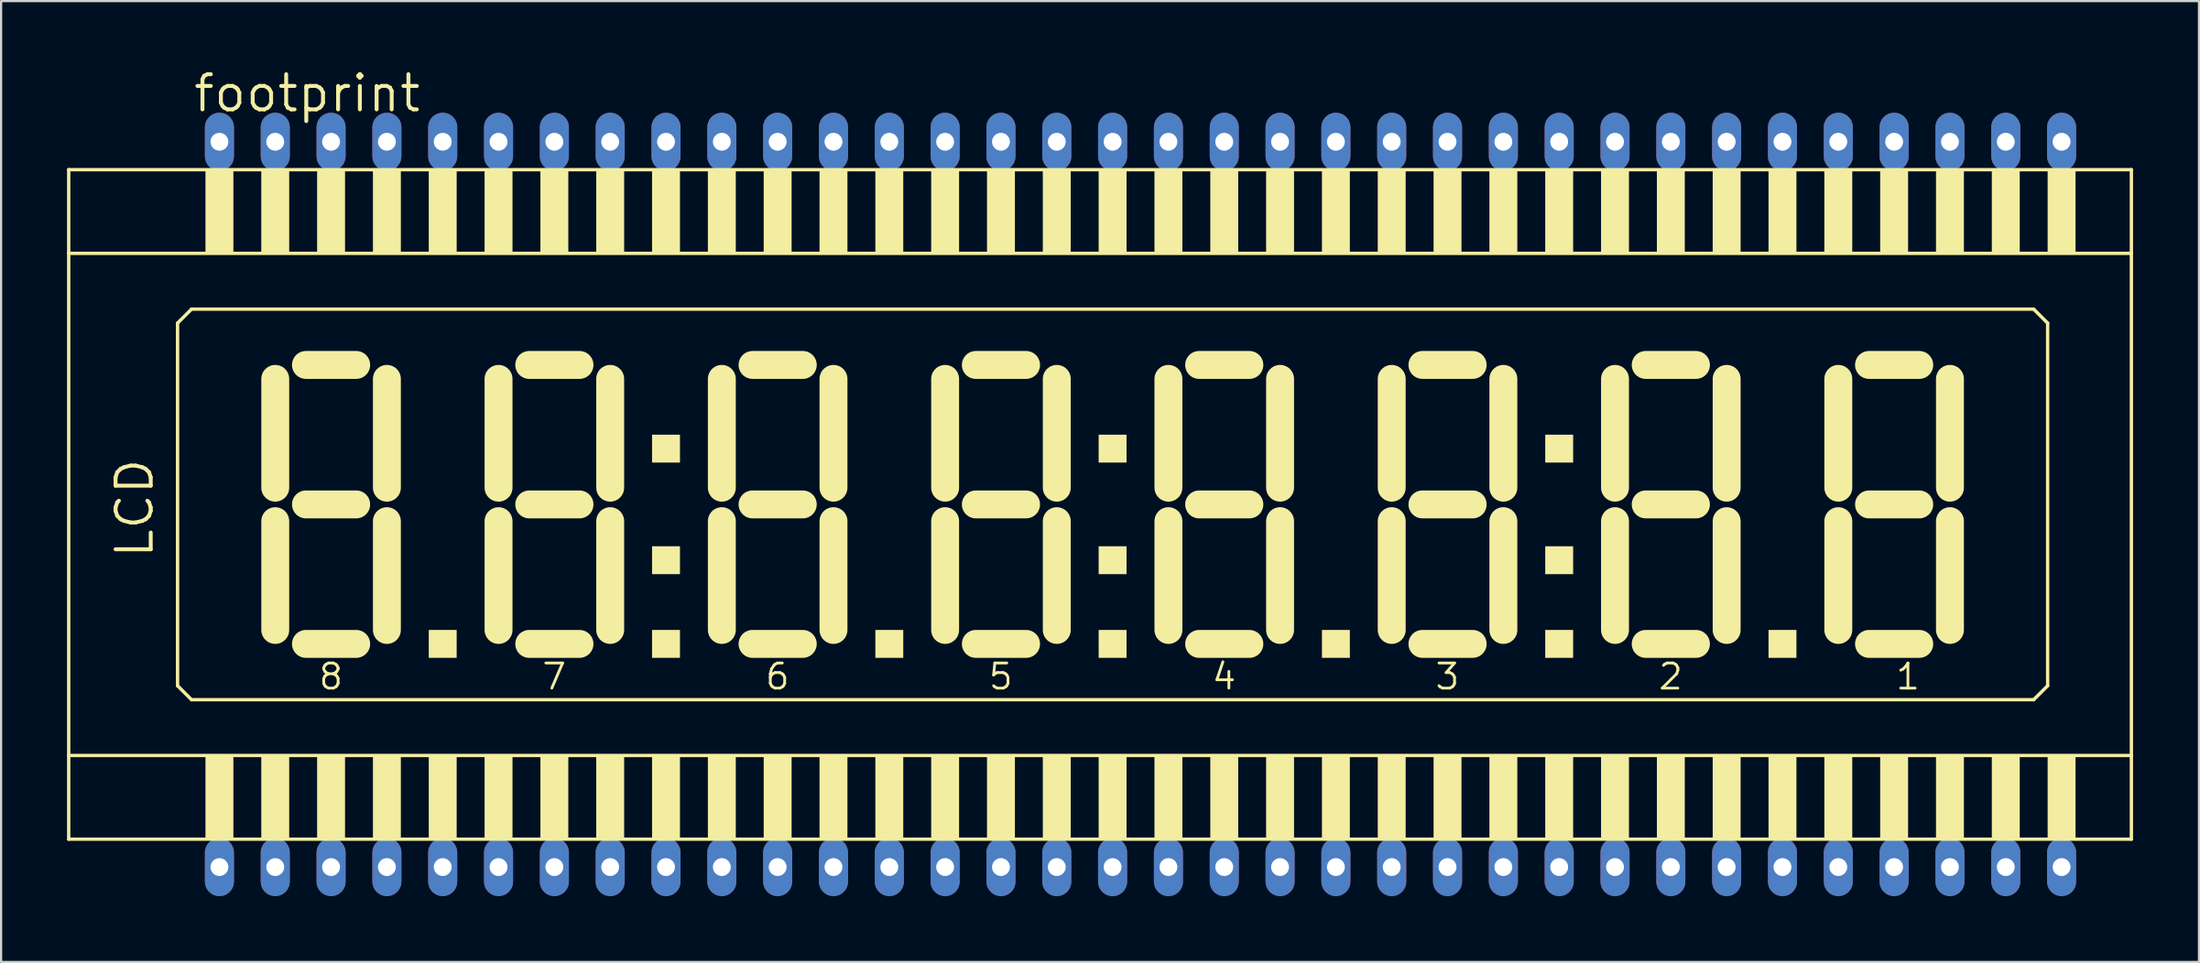
<source format=kicad_pcb>
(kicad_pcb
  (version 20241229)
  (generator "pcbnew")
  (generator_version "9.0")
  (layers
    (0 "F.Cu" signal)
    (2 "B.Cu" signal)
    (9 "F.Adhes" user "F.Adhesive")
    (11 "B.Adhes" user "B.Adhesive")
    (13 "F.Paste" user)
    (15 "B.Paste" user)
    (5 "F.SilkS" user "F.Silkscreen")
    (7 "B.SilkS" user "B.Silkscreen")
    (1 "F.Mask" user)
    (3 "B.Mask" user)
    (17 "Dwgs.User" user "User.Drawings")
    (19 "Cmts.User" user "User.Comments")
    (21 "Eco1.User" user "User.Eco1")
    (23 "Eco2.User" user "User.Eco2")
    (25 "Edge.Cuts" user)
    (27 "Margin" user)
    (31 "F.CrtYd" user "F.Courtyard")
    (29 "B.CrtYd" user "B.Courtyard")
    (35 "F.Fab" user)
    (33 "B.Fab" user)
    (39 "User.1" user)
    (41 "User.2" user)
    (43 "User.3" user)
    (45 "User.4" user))
  (footprint "footprint"
    (layer "F.Cu")
    (at 46.304 19.914)
    (property "Reference" "footprint" (at -40.64 -17.78 0) (layer "F.SilkS") (effects (font (size 1.6 1.6) (thickness 0.178)) (justify left bottom)))
    (fp_line (start -46.228 -15.24) (end -46.228 -11.43) (stroke (width 0.152) (type solid)) (layer "F.SilkS"))
    (fp_line (start -46.228 -11.43) (end -46.228 11.43) (stroke (width 0.152) (type solid)) (layer "F.SilkS"))
    (fp_line (start -46.228 -11.43) (end 47.625 -11.43) (stroke (width 0.152) (type solid)) (layer "F.SilkS"))
    (fp_line (start -46.228 11.43) (end -46.228 15.24) (stroke (width 0.152) (type solid)) (layer "F.SilkS"))
    (fp_line (start -46.228 15.24) (end 47.625 15.24) (stroke (width 0.152) (type solid)) (layer "F.SilkS"))
    (fp_line (start -41.275 -8.255) (end -41.275 8.255) (stroke (width 0.152) (type solid)) (layer "F.SilkS"))
    (fp_line (start -41.275 8.255) (end -40.64 8.89) (stroke (width 0.152) (type solid)) (layer "F.SilkS"))
    (fp_line (start -40.64 -8.89) (end -41.275 -8.255) (stroke (width 0.152) (type solid)) (layer "F.SilkS"))
    (fp_line (start -40.64 8.89) (end 43.18 8.89) (stroke (width 0.152) (type solid)) (layer "F.SilkS"))
    (fp_line (start -36.83 -5.715) (end -36.83 -0.762) (stroke (width 1.27) (type solid)) (layer "F.SilkS"))
    (fp_line (start -36.83 0.762) (end -36.83 5.715) (stroke (width 1.27) (type solid)) (layer "F.SilkS"))
    (fp_line (start -35.433 -6.35) (end -33.147 -6.35) (stroke (width 1.27) (type solid)) (layer "F.SilkS"))
    (fp_line (start -35.433 0) (end -33.147 0) (stroke (width 1.27) (type solid)) (layer "F.SilkS"))
    (fp_line (start -35.433 6.35) (end -33.147 6.35) (stroke (width 1.27) (type solid)) (layer "F.SilkS"))
    (fp_line (start -31.75 -0.762) (end -31.75 -5.715) (stroke (width 1.27) (type solid)) (layer "F.SilkS"))
    (fp_line (start -31.75 5.715) (end -31.75 0.762) (stroke (width 1.27) (type solid)) (layer "F.SilkS"))
    (fp_line (start -26.67 -5.715) (end -26.67 -0.762) (stroke (width 1.27) (type solid)) (layer "F.SilkS"))
    (fp_line (start -26.67 0.762) (end -26.67 5.715) (stroke (width 1.27) (type solid)) (layer "F.SilkS"))
    (fp_line (start -25.273 -6.35) (end -22.987 -6.35) (stroke (width 1.27) (type solid)) (layer "F.SilkS"))
    (fp_line (start -25.273 0) (end -22.987 0) (stroke (width 1.27) (type solid)) (layer "F.SilkS"))
    (fp_line (start -25.273 6.35) (end -22.987 6.35) (stroke (width 1.27) (type solid)) (layer "F.SilkS"))
    (fp_line (start -21.59 -0.762) (end -21.59 -5.715) (stroke (width 1.27) (type solid)) (layer "F.SilkS"))
    (fp_line (start -21.59 5.715) (end -21.59 0.762) (stroke (width 1.27) (type solid)) (layer "F.SilkS"))
    (fp_line (start -16.51 -5.715) (end -16.51 -0.762) (stroke (width 1.27) (type solid)) (layer "F.SilkS"))
    (fp_line (start -16.51 0.762) (end -16.51 5.715) (stroke (width 1.27) (type solid)) (layer "F.SilkS"))
    (fp_line (start -15.113 -6.35) (end -12.827 -6.35) (stroke (width 1.27) (type solid)) (layer "F.SilkS"))
    (fp_line (start -15.113 0) (end -12.827 0) (stroke (width 1.27) (type solid)) (layer "F.SilkS"))
    (fp_line (start -15.113 6.35) (end -12.827 6.35) (stroke (width 1.27) (type solid)) (layer "F.SilkS"))
    (fp_line (start -11.43 -0.762) (end -11.43 -5.715) (stroke (width 1.27) (type solid)) (layer "F.SilkS"))
    (fp_line (start -11.43 5.715) (end -11.43 0.762) (stroke (width 1.27) (type solid)) (layer "F.SilkS"))
    (fp_line (start -6.35 -5.715) (end -6.35 -0.762) (stroke (width 1.27) (type solid)) (layer "F.SilkS"))
    (fp_line (start -6.35 0.762) (end -6.35 5.715) (stroke (width 1.27) (type solid)) (layer "F.SilkS"))
    (fp_line (start -4.953 -6.35) (end -2.667 -6.35) (stroke (width 1.27) (type solid)) (layer "F.SilkS"))
    (fp_line (start -4.953 0) (end -2.667 0) (stroke (width 1.27) (type solid)) (layer "F.SilkS"))
    (fp_line (start -4.953 6.35) (end -2.667 6.35) (stroke (width 1.27) (type solid)) (layer "F.SilkS"))
    (fp_line (start -1.27 -0.762) (end -1.27 -5.715) (stroke (width 1.27) (type solid)) (layer "F.SilkS"))
    (fp_line (start -1.27 5.715) (end -1.27 0.762) (stroke (width 1.27) (type solid)) (layer "F.SilkS"))
    (fp_line (start 3.81 -5.715) (end 3.81 -0.762) (stroke (width 1.27) (type solid)) (layer "F.SilkS"))
    (fp_line (start 3.81 0.762) (end 3.81 5.715) (stroke (width 1.27) (type solid)) (layer "F.SilkS"))
    (fp_line (start 5.207 -6.35) (end 7.493 -6.35) (stroke (width 1.27) (type solid)) (layer "F.SilkS"))
    (fp_line (start 5.207 0) (end 7.493 0) (stroke (width 1.27) (type solid)) (layer "F.SilkS"))
    (fp_line (start 5.207 6.35) (end 7.493 6.35) (stroke (width 1.27) (type solid)) (layer "F.SilkS"))
    (fp_line (start 8.89 -0.762) (end 8.89 -5.715) (stroke (width 1.27) (type solid)) (layer "F.SilkS"))
    (fp_line (start 8.89 5.715) (end 8.89 0.762) (stroke (width 1.27) (type solid)) (layer "F.SilkS"))
    (fp_line (start 13.97 -5.715) (end 13.97 -0.762) (stroke (width 1.27) (type solid)) (layer "F.SilkS"))
    (fp_line (start 13.97 0.762) (end 13.97 5.715) (stroke (width 1.27) (type solid)) (layer "F.SilkS"))
    (fp_line (start 15.367 -6.35) (end 17.653 -6.35) (stroke (width 1.27) (type solid)) (layer "F.SilkS"))
    (fp_line (start 15.367 0) (end 17.653 0) (stroke (width 1.27) (type solid)) (layer "F.SilkS"))
    (fp_line (start 15.367 6.35) (end 17.653 6.35) (stroke (width 1.27) (type solid)) (layer "F.SilkS"))
    (fp_line (start 19.05 -0.762) (end 19.05 -5.715) (stroke (width 1.27) (type solid)) (layer "F.SilkS"))
    (fp_line (start 19.05 5.715) (end 19.05 0.762) (stroke (width 1.27) (type solid)) (layer "F.SilkS"))
    (fp_line (start 24.13 -5.715) (end 24.13 -0.762) (stroke (width 1.27) (type solid)) (layer "F.SilkS"))
    (fp_line (start 24.13 0.762) (end 24.13 5.715) (stroke (width 1.27) (type solid)) (layer "F.SilkS"))
    (fp_line (start 25.527 -6.35) (end 27.813 -6.35) (stroke (width 1.27) (type solid)) (layer "F.SilkS"))
    (fp_line (start 25.527 0) (end 27.813 0) (stroke (width 1.27) (type solid)) (layer "F.SilkS"))
    (fp_line (start 25.527 6.35) (end 27.813 6.35) (stroke (width 1.27) (type solid)) (layer "F.SilkS"))
    (fp_line (start 29.21 -0.762) (end 29.21 -5.715) (stroke (width 1.27) (type solid)) (layer "F.SilkS"))
    (fp_line (start 29.21 5.715) (end 29.21 0.762) (stroke (width 1.27) (type solid)) (layer "F.SilkS"))
    (fp_line (start 34.29 -5.715) (end 34.29 -0.762) (stroke (width 1.27) (type solid)) (layer "F.SilkS"))
    (fp_line (start 34.29 0.762) (end 34.29 5.715) (stroke (width 1.27) (type solid)) (layer "F.SilkS"))
    (fp_line (start 35.687 -6.35) (end 37.973 -6.35) (stroke (width 1.27) (type solid)) (layer "F.SilkS"))
    (fp_line (start 35.687 0) (end 37.973 0) (stroke (width 1.27) (type solid)) (layer "F.SilkS"))
    (fp_line (start 35.687 6.35) (end 37.973 6.35) (stroke (width 1.27) (type solid)) (layer "F.SilkS"))
    (fp_line (start 39.37 -0.762) (end 39.37 -5.715) (stroke (width 1.27) (type solid)) (layer "F.SilkS"))
    (fp_line (start 39.37 5.715) (end 39.37 0.762) (stroke (width 1.27) (type solid)) (layer "F.SilkS"))
    (fp_line (start 43.18 -8.89) (end -40.64 -8.89) (stroke (width 0.152) (type solid)) (layer "F.SilkS"))
    (fp_line (start 43.18 8.89) (end 43.815 8.255) (stroke (width 0.152) (type solid)) (layer "F.SilkS"))
    (fp_line (start 43.815 -8.255) (end 43.18 -8.89) (stroke (width 0.152) (type solid)) (layer "F.SilkS"))
    (fp_line (start 43.815 8.255) (end 43.815 -8.255) (stroke (width 0.152) (type solid)) (layer "F.SilkS"))
    (fp_line (start 47.625 -15.24) (end -46.228 -15.24) (stroke (width 0.152) (type solid)) (layer "F.SilkS"))
    (fp_line (start 47.625 -11.43) (end 47.625 -15.24) (stroke (width 0.152) (type solid)) (layer "F.SilkS"))
    (fp_line (start 47.625 11.43) (end -46.228 11.43) (stroke (width 0.152) (type solid)) (layer "F.SilkS"))
    (fp_line (start 47.625 11.43) (end 47.625 -11.43) (stroke (width 0.152) (type solid)) (layer "F.SilkS"))
    (fp_line (start 47.625 15.24) (end 47.625 11.43) (stroke (width 0.152) (type solid)) (layer "F.SilkS"))
    (fp_poly (pts (xy -40.005 -11.43) (xy -38.735 -11.43) (xy -38.735 -15.24) (xy -40.005 -15.24)) (stroke (width 0) (type solid)) (fill yes) (layer "F.SilkS"))
    (fp_poly (pts (xy -40.005 15.24) (xy -38.735 15.24) (xy -38.735 11.43) (xy -40.005 11.43)) (stroke (width 0) (type solid)) (fill yes) (layer "F.SilkS"))
    (fp_poly (pts (xy -37.465 -11.43) (xy -36.195 -11.43) (xy -36.195 -15.24) (xy -37.465 -15.24)) (stroke (width 0) (type solid)) (fill yes) (layer "F.SilkS"))
    (fp_poly (pts (xy -37.465 15.24) (xy -36.195 15.24) (xy -36.195 11.43) (xy -37.465 11.43)) (stroke (width 0) (type solid)) (fill yes) (layer "F.SilkS"))
    (fp_poly (pts (xy -34.925 -11.43) (xy -33.655 -11.43) (xy -33.655 -15.24) (xy -34.925 -15.24)) (stroke (width 0) (type solid)) (fill yes) (layer "F.SilkS"))
    (fp_poly (pts (xy -34.925 15.24) (xy -33.655 15.24) (xy -33.655 11.43) (xy -34.925 11.43)) (stroke (width 0) (type solid)) (fill yes) (layer "F.SilkS"))
    (fp_poly (pts (xy -32.385 -11.43) (xy -31.115 -11.43) (xy -31.115 -15.24) (xy -32.385 -15.24)) (stroke (width 0) (type solid)) (fill yes) (layer "F.SilkS"))
    (fp_poly (pts (xy -32.385 15.24) (xy -31.115 15.24) (xy -31.115 11.43) (xy -32.385 11.43)) (stroke (width 0) (type solid)) (fill yes) (layer "F.SilkS"))
    (fp_poly (pts (xy -29.845 -11.43) (xy -28.575 -11.43) (xy -28.575 -15.24) (xy -29.845 -15.24)) (stroke (width 0) (type solid)) (fill yes) (layer "F.SilkS"))
    (fp_poly (pts (xy -29.845 6.985) (xy -28.575 6.985) (xy -28.575 5.715) (xy -29.845 5.715)) (stroke (width 0) (type solid)) (fill yes) (layer "F.SilkS"))
    (fp_poly (pts (xy -29.845 15.24) (xy -28.575 15.24) (xy -28.575 11.43) (xy -29.845 11.43)) (stroke (width 0) (type solid)) (fill yes) (layer "F.SilkS"))
    (fp_poly (pts (xy -27.305 -11.43) (xy -26.035 -11.43) (xy -26.035 -15.24) (xy -27.305 -15.24)) (stroke (width 0) (type solid)) (fill yes) (layer "F.SilkS"))
    (fp_poly (pts (xy -27.305 15.24) (xy -26.035 15.24) (xy -26.035 11.43) (xy -27.305 11.43)) (stroke (width 0) (type solid)) (fill yes) (layer "F.SilkS"))
    (fp_poly (pts (xy -24.765 -11.43) (xy -23.495 -11.43) (xy -23.495 -15.24) (xy -24.765 -15.24)) (stroke (width 0) (type solid)) (fill yes) (layer "F.SilkS"))
    (fp_poly (pts (xy -24.765 15.24) (xy -23.495 15.24) (xy -23.495 11.43) (xy -24.765 11.43)) (stroke (width 0) (type solid)) (fill yes) (layer "F.SilkS"))
    (fp_poly (pts (xy -22.225 -11.43) (xy -20.955 -11.43) (xy -20.955 -15.24) (xy -22.225 -15.24)) (stroke (width 0) (type solid)) (fill yes) (layer "F.SilkS"))
    (fp_poly (pts (xy -22.225 15.24) (xy -20.955 15.24) (xy -20.955 11.43) (xy -22.225 11.43)) (stroke (width 0) (type solid)) (fill yes) (layer "F.SilkS"))
    (fp_poly (pts (xy -19.685 -11.43) (xy -18.415 -11.43) (xy -18.415 -15.24) (xy -19.685 -15.24)) (stroke (width 0) (type solid)) (fill yes) (layer "F.SilkS"))
    (fp_poly (pts (xy -19.685 -1.905) (xy -18.415 -1.905) (xy -18.415 -3.175) (xy -19.685 -3.175)) (stroke (width 0) (type solid)) (fill yes) (layer "F.SilkS"))
    (fp_poly (pts (xy -19.685 3.175) (xy -18.415 3.175) (xy -18.415 1.905) (xy -19.685 1.905)) (stroke (width 0) (type solid)) (fill yes) (layer "F.SilkS"))
    (fp_poly (pts (xy -19.685 6.985) (xy -18.415 6.985) (xy -18.415 5.715) (xy -19.685 5.715)) (stroke (width 0) (type solid)) (fill yes) (layer "F.SilkS"))
    (fp_poly (pts (xy -19.685 15.24) (xy -18.415 15.24) (xy -18.415 11.43) (xy -19.685 11.43)) (stroke (width 0) (type solid)) (fill yes) (layer "F.SilkS"))
    (fp_poly (pts (xy -17.145 -11.43) (xy -15.875 -11.43) (xy -15.875 -15.24) (xy -17.145 -15.24)) (stroke (width 0) (type solid)) (fill yes) (layer "F.SilkS"))
    (fp_poly (pts (xy -17.145 15.24) (xy -15.875 15.24) (xy -15.875 11.43) (xy -17.145 11.43)) (stroke (width 0) (type solid)) (fill yes) (layer "F.SilkS"))
    (fp_poly (pts (xy -14.605 -11.43) (xy -13.335 -11.43) (xy -13.335 -15.24) (xy -14.605 -15.24)) (stroke (width 0) (type solid)) (fill yes) (layer "F.SilkS"))
    (fp_poly (pts (xy -14.605 15.24) (xy -13.335 15.24) (xy -13.335 11.43) (xy -14.605 11.43)) (stroke (width 0) (type solid)) (fill yes) (layer "F.SilkS"))
    (fp_poly (pts (xy -12.065 -11.43) (xy -10.795 -11.43) (xy -10.795 -15.24) (xy -12.065 -15.24)) (stroke (width 0) (type solid)) (fill yes) (layer "F.SilkS"))
    (fp_poly (pts (xy -12.065 15.24) (xy -10.795 15.24) (xy -10.795 11.43) (xy -12.065 11.43)) (stroke (width 0) (type solid)) (fill yes) (layer "F.SilkS"))
    (fp_poly (pts (xy -9.525 -11.43) (xy -8.255 -11.43) (xy -8.255 -15.24) (xy -9.525 -15.24)) (stroke (width 0) (type solid)) (fill yes) (layer "F.SilkS"))
    (fp_poly (pts (xy -9.525 6.985) (xy -8.255 6.985) (xy -8.255 5.715) (xy -9.525 5.715)) (stroke (width 0) (type solid)) (fill yes) (layer "F.SilkS"))
    (fp_poly (pts (xy -9.525 15.24) (xy -8.255 15.24) (xy -8.255 11.43) (xy -9.525 11.43)) (stroke (width 0) (type solid)) (fill yes) (layer "F.SilkS"))
    (fp_poly (pts (xy -6.985 -11.43) (xy -5.715 -11.43) (xy -5.715 -15.24) (xy -6.985 -15.24)) (stroke (width 0) (type solid)) (fill yes) (layer "F.SilkS"))
    (fp_poly (pts (xy -6.985 15.24) (xy -5.715 15.24) (xy -5.715 11.43) (xy -6.985 11.43)) (stroke (width 0) (type solid)) (fill yes) (layer "F.SilkS"))
    (fp_poly (pts (xy -4.445 -11.43) (xy -3.175 -11.43) (xy -3.175 -15.24) (xy -4.445 -15.24)) (stroke (width 0) (type solid)) (fill yes) (layer "F.SilkS"))
    (fp_poly (pts (xy -4.445 15.24) (xy -3.175 15.24) (xy -3.175 11.43) (xy -4.445 11.43)) (stroke (width 0) (type solid)) (fill yes) (layer "F.SilkS"))
    (fp_poly (pts (xy -1.905 -11.43) (xy -0.635 -11.43) (xy -0.635 -15.24) (xy -1.905 -15.24)) (stroke (width 0) (type solid)) (fill yes) (layer "F.SilkS"))
    (fp_poly (pts (xy -1.905 15.24) (xy -0.635 15.24) (xy -0.635 11.43) (xy -1.905 11.43)) (stroke (width 0) (type solid)) (fill yes) (layer "F.SilkS"))
    (fp_poly (pts (xy 0.635 -11.43) (xy 1.905 -11.43) (xy 1.905 -15.24) (xy 0.635 -15.24)) (stroke (width 0) (type solid)) (fill yes) (layer "F.SilkS"))
    (fp_poly (pts (xy 0.635 -1.905) (xy 1.905 -1.905) (xy 1.905 -3.175) (xy 0.635 -3.175)) (stroke (width 0) (type solid)) (fill yes) (layer "F.SilkS"))
    (fp_poly (pts (xy 0.635 3.175) (xy 1.905 3.175) (xy 1.905 1.905) (xy 0.635 1.905)) (stroke (width 0) (type solid)) (fill yes) (layer "F.SilkS"))
    (fp_poly (pts (xy 0.635 6.985) (xy 1.905 6.985) (xy 1.905 5.715) (xy 0.635 5.715)) (stroke (width 0) (type solid)) (fill yes) (layer "F.SilkS"))
    (fp_poly (pts (xy 0.635 15.24) (xy 1.905 15.24) (xy 1.905 11.43) (xy 0.635 11.43)) (stroke (width 0) (type solid)) (fill yes) (layer "F.SilkS"))
    (fp_poly (pts (xy 3.175 -11.43) (xy 4.445 -11.43) (xy 4.445 -15.24) (xy 3.175 -15.24)) (stroke (width 0) (type solid)) (fill yes) (layer "F.SilkS"))
    (fp_poly (pts (xy 3.175 15.24) (xy 4.445 15.24) (xy 4.445 11.43) (xy 3.175 11.43)) (stroke (width 0) (type solid)) (fill yes) (layer "F.SilkS"))
    (fp_poly (pts (xy 5.715 -11.43) (xy 6.985 -11.43) (xy 6.985 -15.24) (xy 5.715 -15.24)) (stroke (width 0) (type solid)) (fill yes) (layer "F.SilkS"))
    (fp_poly (pts (xy 5.715 15.24) (xy 6.985 15.24) (xy 6.985 11.43) (xy 5.715 11.43)) (stroke (width 0) (type solid)) (fill yes) (layer "F.SilkS"))
    (fp_poly (pts (xy 8.255 -11.43) (xy 9.525 -11.43) (xy 9.525 -15.24) (xy 8.255 -15.24)) (stroke (width 0) (type solid)) (fill yes) (layer "F.SilkS"))
    (fp_poly (pts (xy 8.255 15.24) (xy 9.525 15.24) (xy 9.525 11.43) (xy 8.255 11.43)) (stroke (width 0) (type solid)) (fill yes) (layer "F.SilkS"))
    (fp_poly (pts (xy 10.795 -11.43) (xy 12.065 -11.43) (xy 12.065 -15.24) (xy 10.795 -15.24)) (stroke (width 0) (type solid)) (fill yes) (layer "F.SilkS"))
    (fp_poly (pts (xy 10.795 6.985) (xy 12.065 6.985) (xy 12.065 5.715) (xy 10.795 5.715)) (stroke (width 0) (type solid)) (fill yes) (layer "F.SilkS"))
    (fp_poly (pts (xy 10.795 15.24) (xy 12.065 15.24) (xy 12.065 11.43) (xy 10.795 11.43)) (stroke (width 0) (type solid)) (fill yes) (layer "F.SilkS"))
    (fp_poly (pts (xy 13.335 -11.43) (xy 14.605 -11.43) (xy 14.605 -15.24) (xy 13.335 -15.24)) (stroke (width 0) (type solid)) (fill yes) (layer "F.SilkS"))
    (fp_poly (pts (xy 13.335 15.24) (xy 14.605 15.24) (xy 14.605 11.43) (xy 13.335 11.43)) (stroke (width 0) (type solid)) (fill yes) (layer "F.SilkS"))
    (fp_poly (pts (xy 15.875 -11.43) (xy 17.145 -11.43) (xy 17.145 -15.24) (xy 15.875 -15.24)) (stroke (width 0) (type solid)) (fill yes) (layer "F.SilkS"))
    (fp_poly (pts (xy 15.875 15.24) (xy 17.145 15.24) (xy 17.145 11.43) (xy 15.875 11.43)) (stroke (width 0) (type solid)) (fill yes) (layer "F.SilkS"))
    (fp_poly (pts (xy 18.415 -11.43) (xy 19.685 -11.43) (xy 19.685 -15.24) (xy 18.415 -15.24)) (stroke (width 0) (type solid)) (fill yes) (layer "F.SilkS"))
    (fp_poly (pts (xy 18.415 15.24) (xy 19.685 15.24) (xy 19.685 11.43) (xy 18.415 11.43)) (stroke (width 0) (type solid)) (fill yes) (layer "F.SilkS"))
    (fp_poly (pts (xy 20.955 -11.43) (xy 22.225 -11.43) (xy 22.225 -15.24) (xy 20.955 -15.24)) (stroke (width 0) (type solid)) (fill yes) (layer "F.SilkS"))
    (fp_poly (pts (xy 20.955 -1.905) (xy 22.225 -1.905) (xy 22.225 -3.175) (xy 20.955 -3.175)) (stroke (width 0) (type solid)) (fill yes) (layer "F.SilkS"))
    (fp_poly (pts (xy 20.955 3.175) (xy 22.225 3.175) (xy 22.225 1.905) (xy 20.955 1.905)) (stroke (width 0) (type solid)) (fill yes) (layer "F.SilkS"))
    (fp_poly (pts (xy 20.955 6.985) (xy 22.225 6.985) (xy 22.225 5.715) (xy 20.955 5.715)) (stroke (width 0) (type solid)) (fill yes) (layer "F.SilkS"))
    (fp_poly (pts (xy 20.955 15.24) (xy 22.225 15.24) (xy 22.225 11.43) (xy 20.955 11.43)) (stroke (width 0) (type solid)) (fill yes) (layer "F.SilkS"))
    (fp_poly (pts (xy 23.495 -11.43) (xy 24.765 -11.43) (xy 24.765 -15.24) (xy 23.495 -15.24)) (stroke (width 0) (type solid)) (fill yes) (layer "F.SilkS"))
    (fp_poly (pts (xy 23.495 15.24) (xy 24.765 15.24) (xy 24.765 11.43) (xy 23.495 11.43)) (stroke (width 0) (type solid)) (fill yes) (layer "F.SilkS"))
    (fp_poly (pts (xy 26.035 -11.43) (xy 27.305 -11.43) (xy 27.305 -15.24) (xy 26.035 -15.24)) (stroke (width 0) (type solid)) (fill yes) (layer "F.SilkS"))
    (fp_poly (pts (xy 26.035 15.24) (xy 27.305 15.24) (xy 27.305 11.43) (xy 26.035 11.43)) (stroke (width 0) (type solid)) (fill yes) (layer "F.SilkS"))
    (fp_poly (pts (xy 28.575 -11.43) (xy 29.845 -11.43) (xy 29.845 -15.24) (xy 28.575 -15.24)) (stroke (width 0) (type solid)) (fill yes) (layer "F.SilkS"))
    (fp_poly (pts (xy 28.575 15.24) (xy 29.845 15.24) (xy 29.845 11.43) (xy 28.575 11.43)) (stroke (width 0) (type solid)) (fill yes) (layer "F.SilkS"))
    (fp_poly (pts (xy 31.115 -11.43) (xy 32.385 -11.43) (xy 32.385 -15.24) (xy 31.115 -15.24)) (stroke (width 0) (type solid)) (fill yes) (layer "F.SilkS"))
    (fp_poly (pts (xy 31.115 6.985) (xy 32.385 6.985) (xy 32.385 5.715) (xy 31.115 5.715)) (stroke (width 0) (type solid)) (fill yes) (layer "F.SilkS"))
    (fp_poly (pts (xy 31.115 15.24) (xy 32.385 15.24) (xy 32.385 11.43) (xy 31.115 11.43)) (stroke (width 0) (type solid)) (fill yes) (layer "F.SilkS"))
    (fp_poly (pts (xy 33.655 -11.43) (xy 34.925 -11.43) (xy 34.925 -15.24) (xy 33.655 -15.24)) (stroke (width 0) (type solid)) (fill yes) (layer "F.SilkS"))
    (fp_poly (pts (xy 33.655 15.24) (xy 34.925 15.24) (xy 34.925 11.43) (xy 33.655 11.43)) (stroke (width 0) (type solid)) (fill yes) (layer "F.SilkS"))
    (fp_poly (pts (xy 36.195 -11.43) (xy 37.465 -11.43) (xy 37.465 -15.24) (xy 36.195 -15.24)) (stroke (width 0) (type solid)) (fill yes) (layer "F.SilkS"))
    (fp_poly (pts (xy 36.195 15.24) (xy 37.465 15.24) (xy 37.465 11.43) (xy 36.195 11.43)) (stroke (width 0) (type solid)) (fill yes) (layer "F.SilkS"))
    (fp_poly (pts (xy 38.735 -11.43) (xy 40.005 -11.43) (xy 40.005 -15.24) (xy 38.735 -15.24)) (stroke (width 0) (type solid)) (fill yes) (layer "F.SilkS"))
    (fp_poly (pts (xy 38.735 15.24) (xy 40.005 15.24) (xy 40.005 11.43) (xy 38.735 11.43)) (stroke (width 0) (type solid)) (fill yes) (layer "F.SilkS"))
    (fp_poly (pts (xy 41.275 -11.43) (xy 42.545 -11.43) (xy 42.545 -15.24) (xy 41.275 -15.24)) (stroke (width 0) (type solid)) (fill yes) (layer "F.SilkS"))
    (fp_poly (pts (xy 41.275 15.24) (xy 42.545 15.24) (xy 42.545 11.43) (xy 41.275 11.43)) (stroke (width 0) (type solid)) (fill yes) (layer "F.SilkS"))
    (fp_poly (pts (xy 43.815 -11.43) (xy 45.085 -11.43) (xy 45.085 -15.24) (xy 43.815 -15.24)) (stroke (width 0) (type solid)) (fill yes) (layer "F.SilkS"))
    (fp_poly (pts (xy 43.815 15.24) (xy 45.085 15.24) (xy 45.085 11.43) (xy 43.815 11.43)) (stroke (width 0) (type solid)) (fill yes) (layer "F.SilkS"))
    (fp_text user "LCD" (at -42.291 2.54 90) (layer "F.SilkS") (effects (font (size 1.6 1.6) (thickness 0.178)) (justify left bottom)))
    (fp_text user "5" (at -4.445 8.509 0) (layer "F.SilkS") (effects (font (size 1.143 1.143) (thickness 0.127)) (justify left bottom)))
    (fp_text user "1 " (at 36.83 8.509 0) (layer "F.SilkS") (effects (font (size 1.143 1.143) (thickness 0.127)) (justify left bottom)))
    (fp_text user "7" (at -24.765 8.509 0) (layer "F.SilkS") (effects (font (size 1.143 1.143) (thickness 0.127)) (justify left bottom)))
    (fp_text user "6" (at -14.605 8.509 0) (layer "F.SilkS") (effects (font (size 1.143 1.143) (thickness 0.127)) (justify left bottom)))
    (fp_text user "8" (at -34.925 8.509 0) (layer "F.SilkS") (effects (font (size 1.143 1.143) (thickness 0.127)) (justify left bottom)))
    (fp_text user "3" (at 15.875 8.509 0) (layer "F.SilkS") (effects (font (size 1.143 1.143) (thickness 0.127)) (justify left bottom)))
    (fp_text user "4" (at 5.715 8.509 0) (layer "F.SilkS") (effects (font (size 1.143 1.143) (thickness 0.127)) (justify left bottom)))
    (fp_text user "2" (at 26.035 8.509 0) (layer "F.SilkS") (effects (font (size 1.143 1.143) (thickness 0.127)) (justify left bottom)))
    (pad "1" thru_hole oval (at -39.37 16.51 90) (size 2.642 1.321) (drill 0.813) (layers "*.Cu" "*.Mask"))
    (pad "2" thru_hole oval (at -36.83 16.51 90) (size 2.642 1.321) (drill 0.813) (layers "*.Cu" "*.Mask"))
    (pad "3" thru_hole oval (at -34.29 16.51 90) (size 2.642 1.321) (drill 0.813) (layers "*.Cu" "*.Mask"))
    (pad "4" thru_hole oval (at -31.75 16.51 90) (size 2.642 1.321) (drill 0.813) (layers "*.Cu" "*.Mask"))
    (pad "5" thru_hole oval (at -29.21 16.51 90) (size 2.642 1.321) (drill 0.813) (layers "*.Cu" "*.Mask"))
    (pad "6" thru_hole oval (at -26.67 16.51 90) (size 2.642 1.321) (drill 0.813) (layers "*.Cu" "*.Mask"))
    (pad "7" thru_hole oval (at -24.13 16.51 90) (size 2.642 1.321) (drill 0.813) (layers "*.Cu" "*.Mask"))
    (pad "8" thru_hole oval (at -21.59 16.51 90) (size 2.642 1.321) (drill 0.813) (layers "*.Cu" "*.Mask"))
    (pad "9" thru_hole oval (at -19.05 16.51 90) (size 2.642 1.321) (drill 0.813) (layers "*.Cu" "*.Mask"))
    (pad "10" thru_hole oval (at -16.51 16.51 90) (size 2.642 1.321) (drill 0.813) (layers "*.Cu" "*.Mask"))
    (pad "11" thru_hole oval (at -13.97 16.51 90) (size 2.642 1.321) (drill 0.813) (layers "*.Cu" "*.Mask"))
    (pad "12" thru_hole oval (at -11.43 16.51 90) (size 2.642 1.321) (drill 0.813) (layers "*.Cu" "*.Mask"))
    (pad "13" thru_hole oval (at -8.89 16.51 90) (size 2.642 1.321) (drill 0.813) (layers "*.Cu" "*.Mask"))
    (pad "14" thru_hole oval (at -6.35 16.51 90) (size 2.642 1.321) (drill 0.813) (layers "*.Cu" "*.Mask"))
    (pad "15" thru_hole oval (at -3.81 16.51 90) (size 2.642 1.321) (drill 0.813) (layers "*.Cu" "*.Mask"))
    (pad "16" thru_hole oval (at -1.27 16.51 90) (size 2.642 1.321) (drill 0.813) (layers "*.Cu" "*.Mask"))
    (pad "17" thru_hole oval (at 1.27 16.51 90) (size 2.642 1.321) (drill 0.813) (layers "*.Cu" "*.Mask"))
    (pad "18" thru_hole oval (at 3.81 16.51 90) (size 2.642 1.321) (drill 0.813) (layers "*.Cu" "*.Mask"))
    (pad "19" thru_hole oval (at 6.35 16.51 90) (size 2.642 1.321) (drill 0.813) (layers "*.Cu" "*.Mask"))
    (pad "20" thru_hole oval (at 8.89 16.51 90) (size 2.642 1.321) (drill 0.813) (layers "*.Cu" "*.Mask"))
    (pad "21" thru_hole oval (at 11.43 16.51 90) (size 2.642 1.321) (drill 0.813) (layers "*.Cu" "*.Mask"))
    (pad "22" thru_hole oval (at 13.97 16.51 90) (size 2.642 1.321) (drill 0.813) (layers "*.Cu" "*.Mask"))
    (pad "23" thru_hole oval (at 16.51 16.51 90) (size 2.642 1.321) (drill 0.813) (layers "*.Cu" "*.Mask"))
    (pad "24" thru_hole oval (at 19.05 16.51 90) (size 2.642 1.321) (drill 0.813) (layers "*.Cu" "*.Mask"))
    (pad "25" thru_hole oval (at 21.59 16.51 90) (size 2.642 1.321) (drill 0.813) (layers "*.Cu" "*.Mask"))
    (pad "26" thru_hole oval (at 24.13 16.51 90) (size 2.642 1.321) (drill 0.813) (layers "*.Cu" "*.Mask"))
    (pad "27" thru_hole oval (at 26.67 16.51 90) (size 2.642 1.321) (drill 0.813) (layers "*.Cu" "*.Mask"))
    (pad "28" thru_hole oval (at 29.21 16.51 90) (size 2.642 1.321) (drill 0.813) (layers "*.Cu" "*.Mask"))
    (pad "29" thru_hole oval (at 31.75 16.51 90) (size 2.642 1.321) (drill 0.813) (layers "*.Cu" "*.Mask"))
    (pad "30" thru_hole oval (at 34.29 16.51 90) (size 2.642 1.321) (drill 0.813) (layers "*.Cu" "*.Mask"))
    (pad "31" thru_hole oval (at 36.83 16.51 90) (size 2.642 1.321) (drill 0.813) (layers "*.Cu" "*.Mask"))
    (pad "32" thru_hole oval (at 39.37 16.51 90) (size 2.642 1.321) (drill 0.813) (layers "*.Cu" "*.Mask"))
    (pad "33" thru_hole oval (at 41.91 16.51 90) (size 2.642 1.321) (drill 0.813) (layers "*.Cu" "*.Mask"))
    (pad "34" thru_hole oval (at 44.45 16.51 90) (size 2.642 1.321) (drill 0.813) (layers "*.Cu" "*.Mask"))
    (pad "35" thru_hole oval (at 44.45 -16.51 90) (size 2.642 1.321) (drill 0.813) (layers "*.Cu" "*.Mask"))
    (pad "36" thru_hole oval (at 41.91 -16.51 90) (size 2.642 1.321) (drill 0.813) (layers "*.Cu" "*.Mask"))
    (pad "37" thru_hole oval (at 39.37 -16.51 90) (size 2.642 1.321) (drill 0.813) (layers "*.Cu" "*.Mask"))
    (pad "38" thru_hole oval (at 36.83 -16.51 90) (size 2.642 1.321) (drill 0.813) (layers "*.Cu" "*.Mask"))
    (pad "39" thru_hole oval (at 34.29 -16.51 90) (size 2.642 1.321) (drill 0.813) (layers "*.Cu" "*.Mask"))
    (pad "40" thru_hole oval (at 31.75 -16.51 90) (size 2.642 1.321) (drill 0.813) (layers "*.Cu" "*.Mask"))
    (pad "41" thru_hole oval (at 29.21 -16.51 90) (size 2.642 1.321) (drill 0.813) (layers "*.Cu" "*.Mask"))
    (pad "42" thru_hole oval (at 26.67 -16.51 90) (size 2.642 1.321) (drill 0.813) (layers "*.Cu" "*.Mask"))
    (pad "43" thru_hole oval (at 24.13 -16.51 90) (size 2.642 1.321) (drill 0.813) (layers "*.Cu" "*.Mask"))
    (pad "44" thru_hole oval (at 21.59 -16.51 90) (size 2.642 1.321) (drill 0.813) (layers "*.Cu" "*.Mask"))
    (pad "45" thru_hole oval (at 19.05 -16.51 90) (size 2.642 1.321) (drill 0.813) (layers "*.Cu" "*.Mask"))
    (pad "46" thru_hole oval (at 16.51 -16.51 90) (size 2.642 1.321) (drill 0.813) (layers "*.Cu" "*.Mask"))
    (pad "47" thru_hole oval (at 13.97 -16.51 90) (size 2.642 1.321) (drill 0.813) (layers "*.Cu" "*.Mask"))
    (pad "48" thru_hole oval (at 11.43 -16.51 90) (size 2.642 1.321) (drill 0.813) (layers "*.Cu" "*.Mask"))
    (pad "49" thru_hole oval (at 8.89 -16.51 90) (size 2.642 1.321) (drill 0.813) (layers "*.Cu" "*.Mask"))
    (pad "50" thru_hole oval (at 6.35 -16.51 90) (size 2.642 1.321) (drill 0.813) (layers "*.Cu" "*.Mask"))
    (pad "51" thru_hole oval (at 3.81 -16.51 90) (size 2.642 1.321) (drill 0.813) (layers "*.Cu" "*.Mask"))
    (pad "52" thru_hole oval (at 1.27 -16.51 90) (size 2.642 1.321) (drill 0.813) (layers "*.Cu" "*.Mask"))
    (pad "53" thru_hole oval (at -1.27 -16.51 90) (size 2.642 1.321) (drill 0.813) (layers "*.Cu" "*.Mask"))
    (pad "54" thru_hole oval (at -3.81 -16.51 90) (size 2.642 1.321) (drill 0.813) (layers "*.Cu" "*.Mask"))
    (pad "55" thru_hole oval (at -6.35 -16.51 90) (size 2.642 1.321) (drill 0.813) (layers "*.Cu" "*.Mask"))
    (pad "56" thru_hole oval (at -8.89 -16.51 90) (size 2.642 1.321) (drill 0.813) (layers "*.Cu" "*.Mask"))
    (pad "57" thru_hole oval (at -11.43 -16.51 90) (size 2.642 1.321) (drill 0.813) (layers "*.Cu" "*.Mask"))
    (pad "58" thru_hole oval (at -13.97 -16.51 90) (size 2.642 1.321) (drill 0.813) (layers "*.Cu" "*.Mask"))
    (pad "59" thru_hole oval (at -16.51 -16.51 90) (size 2.642 1.321) (drill 0.813) (layers "*.Cu" "*.Mask"))
    (pad "60" thru_hole oval (at -19.05 -16.51 90) (size 2.642 1.321) (drill 0.813) (layers "*.Cu" "*.Mask"))
    (pad "61" thru_hole oval (at -21.59 -16.51 90) (size 2.642 1.321) (drill 0.813) (layers "*.Cu" "*.Mask"))
    (pad "62" thru_hole oval (at -24.13 -16.51 90) (size 2.642 1.321) (drill 0.813) (layers "*.Cu" "*.Mask"))
    (pad "63" thru_hole oval (at -26.67 -16.51 90) (size 2.642 1.321) (drill 0.813) (layers "*.Cu" "*.Mask"))
    (pad "64" thru_hole oval (at -29.21 -16.51 90) (size 2.642 1.321) (drill 0.813) (layers "*.Cu" "*.Mask"))
    (pad "65" thru_hole oval (at -31.75 -16.51 90) (size 2.642 1.321) (drill 0.813) (layers "*.Cu" "*.Mask"))
    (pad "66" thru_hole oval (at -34.29 -16.51 90) (size 2.642 1.321) (drill 0.813) (layers "*.Cu" "*.Mask"))
    (pad "67" thru_hole oval (at -36.83 -16.51 90) (size 2.642 1.321) (drill 0.813) (layers "*.Cu" "*.Mask"))
    (pad "68" thru_hole oval (at -39.37 -16.51 90) (size 2.642 1.321) (drill 0.813) (layers "*.Cu" "*.Mask")))
  (gr_rect
    (start -3 -3)
    (end 97.005 40.744)
    (stroke (width 0.1) (type default))
    (fill no)
    (layer "Edge.Cuts")))
</source>
